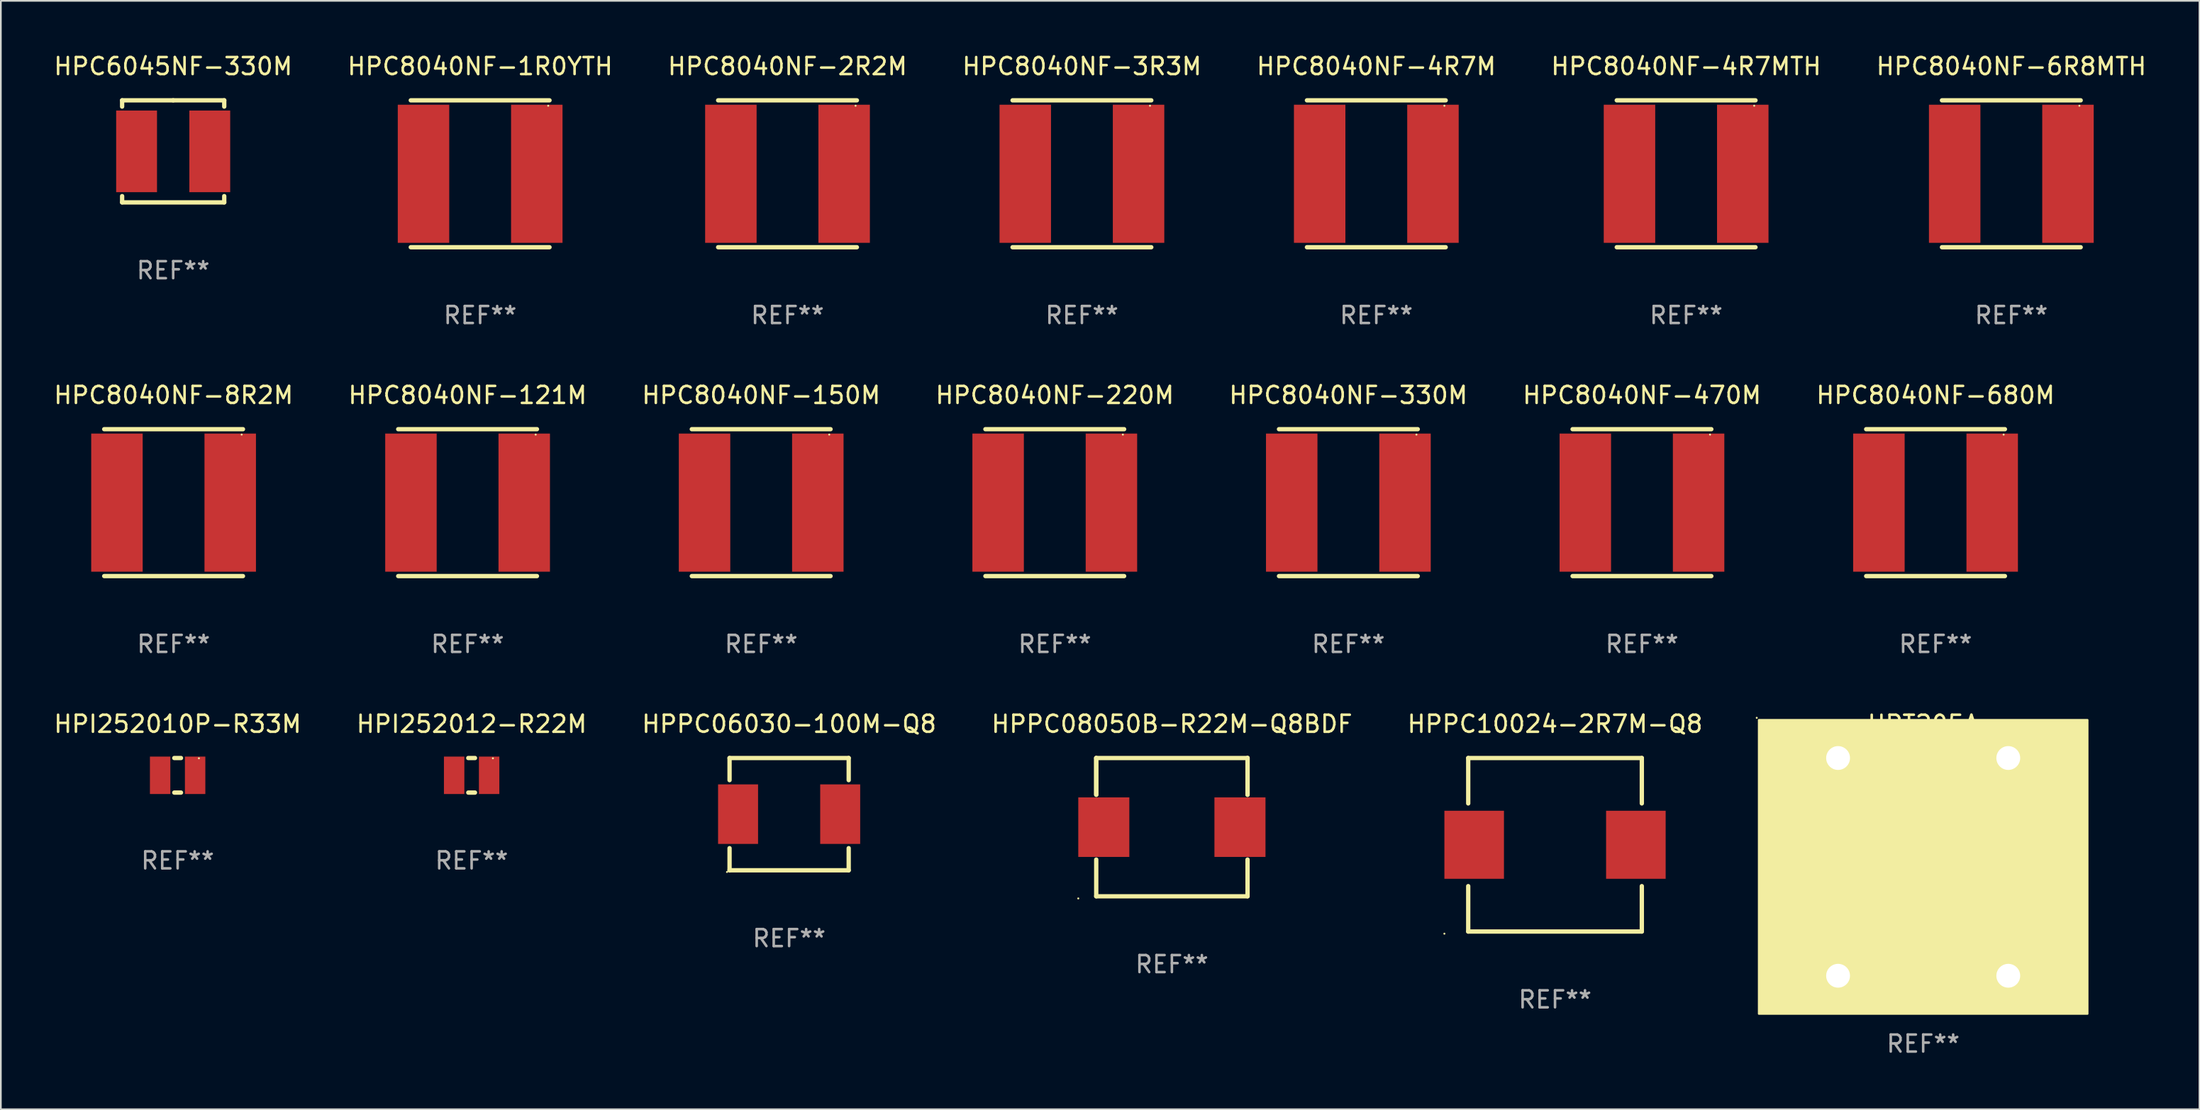
<source format=kicad_pcb>
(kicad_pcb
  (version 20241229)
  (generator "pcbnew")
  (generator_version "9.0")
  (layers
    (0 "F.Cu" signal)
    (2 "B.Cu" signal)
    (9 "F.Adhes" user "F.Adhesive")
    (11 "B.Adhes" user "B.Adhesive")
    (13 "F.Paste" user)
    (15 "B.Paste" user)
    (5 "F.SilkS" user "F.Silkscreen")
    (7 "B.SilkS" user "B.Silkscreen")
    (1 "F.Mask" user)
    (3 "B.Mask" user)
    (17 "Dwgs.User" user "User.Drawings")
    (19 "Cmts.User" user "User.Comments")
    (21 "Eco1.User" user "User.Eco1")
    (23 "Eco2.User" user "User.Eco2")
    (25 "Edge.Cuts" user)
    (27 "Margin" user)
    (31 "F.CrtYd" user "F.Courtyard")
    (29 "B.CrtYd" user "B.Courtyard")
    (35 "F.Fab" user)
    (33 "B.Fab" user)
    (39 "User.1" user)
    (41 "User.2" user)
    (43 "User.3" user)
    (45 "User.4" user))
  (footprint "HPC8040NF-4R7M"
    (layer "F.Cu")
    (at 77.815 7.166)
    (property "Reference" "HPC8040NF-4R7M" (at 0 -6.318 0) (layer "F.SilkS") (effects (font (size 1 1) (thickness 0.15))))
    (attr through_hole)
    (fp_line (start -4.076 -4.318) (end 4.076 -4.318) (stroke (width 0.254) (type solid)) (layer "F.SilkS"))
    (fp_line (start -4.076 4.318) (end 4.076 4.318) (stroke (width 0.254) (type solid)) (layer "F.SilkS"))
    (fp_circle (center 4 -4) (end 4.03 -4) (stroke (width 0.06) (type solid)) (fill no) (layer "F.SilkS"))
    (fp_text user "REF**" (at 0 8.318 0) (layer "F.Fab") (effects (font (size 1 1) (thickness 0.15))))
    (pad "1" smd rect (at 3.328 0) (size 3.024 8.12) (layers "F.Cu" "F.Mask" "F.Paste"))
    (pad "2" smd rect (at -3.328 0) (size 3.024 8.12) (layers "F.Cu" "F.Mask" "F.Paste")))
  (footprint "HPPC06030-100M-Q8"
    (layer "F.Cu")
    (at 43.315 44.813)
    (property "Reference" "HPPC06030-100M-Q8" (at 0 -5.3 0) (layer "F.SilkS") (effects (font (size 1 1) (thickness 0.15))))
    (attr through_hole)
    (fp_line (start -3.5 3.3) (end 3.5 3.3) (stroke (width 0.254) (type solid)) (layer "F.SilkS"))
    (fp_line (start -3.5 -3.3) (end -3.5 -2) (stroke (width 0.254) (type solid)) (layer "F.SilkS"))
    (fp_line (start -3.5 -3.3) (end 3.5 -3.3) (stroke (width 0.254) (type solid)) (layer "F.SilkS"))
    (fp_line (start -3.5 2) (end -3.5 3.3) (stroke (width 0.254) (type solid)) (layer "F.SilkS"))
    (fp_line (start 3.5 -3.3) (end 3.5 -2) (stroke (width 0.254) (type solid)) (layer "F.SilkS"))
    (fp_line (start 3.5 2) (end 3.5 3.3) (stroke (width 0.254) (type solid)) (layer "F.SilkS"))
    (fp_circle (center -3.65 3.4) (end -3.62 3.4) (stroke (width 0.06) (type solid)) (fill no) (layer "F.SilkS"))
    (fp_text user "REF**" (at 0 7.3 0) (layer "F.Fab") (effects (font (size 1 1) (thickness 0.15))))
    (pad "1" smd rect (at -3 0) (size 2.35 3.5) (layers "F.Cu" "F.Mask" "F.Paste"))
    (pad "2" smd rect (at 3 0) (size 2.35 3.5) (layers "F.Cu" "F.Mask" "F.Paste")))
  (footprint "HPC8040NF-150M"
    (layer "F.Cu")
    (at 41.673 26.499)
    (property "Reference" "HPC8040NF-150M" (at 0 -6.318 0) (layer "F.SilkS") (effects (font (size 1 1) (thickness 0.15))))
    (attr through_hole)
    (fp_line (start -4.076 -4.318) (end 4.076 -4.318) (stroke (width 0.254) (type solid)) (layer "F.SilkS"))
    (fp_line (start -4.076 4.318) (end 4.076 4.318) (stroke (width 0.254) (type solid)) (layer "F.SilkS"))
    (fp_circle (center 4 -4) (end 4.03 -4) (stroke (width 0.06) (type solid)) (fill no) (layer "F.SilkS"))
    (fp_text user "REF**" (at 0 8.318 0) (layer "F.Fab") (effects (font (size 1 1) (thickness 0.15))))
    (pad "1" smd rect (at 3.328 0) (size 3.024 8.12) (layers "F.Cu" "F.Mask" "F.Paste"))
    (pad "2" smd rect (at -3.328 0) (size 3.024 8.12) (layers "F.Cu" "F.Mask" "F.Paste")))
  (footprint "HPC8040NF-6R8MTH"
    (layer "F.Cu")
    (at 115.125 7.166)
    (property "Reference" "HPC8040NF-6R8MTH" (at 0 -6.318 0) (layer "F.SilkS") (effects (font (size 1 1) (thickness 0.15))))
    (attr through_hole)
    (fp_line (start -4.076 -4.318) (end 4.076 -4.318) (stroke (width 0.254) (type solid)) (layer "F.SilkS"))
    (fp_line (start -4.076 4.318) (end 4.076 4.318) (stroke (width 0.254) (type solid)) (layer "F.SilkS"))
    (fp_circle (center 4 -4) (end 4.03 -4) (stroke (width 0.06) (type solid)) (fill no) (layer "F.SilkS"))
    (fp_text user "REF**" (at 0 8.318 0) (layer "F.Fab") (effects (font (size 1 1) (thickness 0.15))))
    (pad "1" smd rect (at 3.328 0) (size 3.024 8.12) (layers "F.Cu" "F.Mask" "F.Paste"))
    (pad "2" smd rect (at -3.328 0) (size 3.024 8.12) (layers "F.Cu" "F.Mask" "F.Paste")))
  (footprint "HPC8040NF-121M"
    (layer "F.Cu")
    (at 24.423 26.499)
    (property "Reference" "HPC8040NF-121M" (at 0 -6.318 0) (layer "F.SilkS") (effects (font (size 1 1) (thickness 0.15))))
    (attr through_hole)
    (fp_line (start -4.076 -4.318) (end 4.076 -4.318) (stroke (width 0.254) (type solid)) (layer "F.SilkS"))
    (fp_line (start -4.076 4.318) (end 4.076 4.318) (stroke (width 0.254) (type solid)) (layer "F.SilkS"))
    (fp_circle (center 4 -4) (end 4.03 -4) (stroke (width 0.06) (type solid)) (fill no) (layer "F.SilkS"))
    (fp_text user "REF**" (at 0 8.318 0) (layer "F.Fab") (effects (font (size 1 1) (thickness 0.15))))
    (pad "1" smd rect (at 3.328 0) (size 3.024 8.12) (layers "F.Cu" "F.Mask" "F.Paste"))
    (pad "2" smd rect (at -3.328 0) (size 3.024 8.12) (layers "F.Cu" "F.Mask" "F.Paste")))
  (footprint "HPT205A"
    (layer "F.Cu")
    (at 109.946 47.913)
    (property "Reference" "HPT205A" (at 0 -8.4 0) (layer "F.SilkS") (effects (font (size 1 1) (thickness 0.15))))
    (attr through_hole)
    (fp_circle (center -9.779 -8.763) (end -9.749 -8.763) (stroke (width 0.06) (type solid)) (fill no) (layer "F.SilkS"))
    (fp_poly (pts (xy -9.652 -8.636) (xy 9.652 -8.636) (xy 9.652 8.636) (xy -9.652 8.636)) (stroke (width 0.12) (type solid)) (fill yes) (layer "F.SilkS"))
    (fp_text user "REF**" (at 0 10.4 0) (layer "F.Fab") (effects (font (size 1 1) (thickness 0.15))))
    (pad "1" thru_hole rect (at -5 -6.4) (size 2.5 2.5) (drill 1.4) (layers "*.Cu" "*.Mask"))
    (pad "2" thru_hole circle (at -5 6.4) (size 2.5 2.5) (drill 1.4) (layers "*.Cu" "*.Mask"))
    (pad "3" thru_hole rect (at 5 6.4) (size 2.5 2.5) (drill 1.4) (layers "*.Cu" "*.Mask"))
    (pad "4" thru_hole circle (at 5 -6.4) (size 2.5 2.5) (drill 1.4) (layers "*.Cu" "*.Mask")))
  (footprint "HPC6045NF-330M"
    (layer "F.Cu")
    (at 7.125 5.848)
    (property "Reference" "HPC6045NF-330M" (at 0 -5 0) (layer "F.SilkS") (effects (font (size 1 1) (thickness 0.15))))
    (attr through_hole)
    (fp_line (start -3 -3) (end 0 -3) (stroke (width 0.254) (type solid)) (layer "F.SilkS"))
    (fp_line (start -3 -2.631) (end -3 -3) (stroke (width 0.254) (type solid)) (layer "F.SilkS"))
    (fp_line (start -3 3) (end -3 2.631) (stroke (width 0.254) (type solid)) (layer "F.SilkS"))
    (fp_line (start 0 -3) (end 3 -3) (stroke (width 0.254) (type solid)) (layer "F.SilkS"))
    (fp_line (start 3 -3) (end 3 -2.631) (stroke (width 0.254) (type solid)) (layer "F.SilkS"))
    (fp_line (start 3 2.631) (end 3 3) (stroke (width 0.254) (type solid)) (layer "F.SilkS"))
    (fp_line (start 3 3) (end -3 3) (stroke (width 0.254) (type solid)) (layer "F.SilkS"))
    (fp_circle (center -3 3) (end -2.97 3) (stroke (width 0.06) (type solid)) (fill no) (layer "F.SilkS"))
    (fp_text user "REF**" (at 0 7 0) (layer "F.Fab") (effects (font (size 1 1) (thickness 0.15))))
    (pad "1" smd rect (at -2.15 0) (size 2.4 4.8) (layers "F.Cu" "F.Mask" "F.Paste"))
    (pad "2" smd rect (at 2.15 0) (size 2.4 4.8) (layers "F.Cu" "F.Mask" "F.Paste")))
  (footprint "HPC8040NF-2R2M"
    (layer "F.Cu")
    (at 43.22 7.166)
    (property "Reference" "HPC8040NF-2R2M" (at 0 -6.318 0) (layer "F.SilkS") (effects (font (size 1 1) (thickness 0.15))))
    (attr through_hole)
    (fp_line (start -4.076 -4.318) (end 4.076 -4.318) (stroke (width 0.254) (type solid)) (layer "F.SilkS"))
    (fp_line (start -4.076 4.318) (end 4.076 4.318) (stroke (width 0.254) (type solid)) (layer "F.SilkS"))
    (fp_circle (center 4 -4) (end 4.03 -4) (stroke (width 0.06) (type solid)) (fill no) (layer "F.SilkS"))
    (fp_text user "REF**" (at 0 8.318 0) (layer "F.Fab") (effects (font (size 1 1) (thickness 0.15))))
    (pad "1" smd rect (at 3.328 0) (size 3.024 8.12) (layers "F.Cu" "F.Mask" "F.Paste"))
    (pad "2" smd rect (at -3.328 0) (size 3.024 8.12) (layers "F.Cu" "F.Mask" "F.Paste")))
  (footprint "HPPC08050B-R22M-Q8BDF"
    (layer "F.Cu")
    (at 65.804 45.577)
    (property "Reference" "HPPC08050B-R22M-Q8BDF" (at 0 -6.064 0) (layer "F.SilkS") (effects (font (size 1 1) (thickness 0.15))))
    (attr through_hole)
    (fp_line (start -4.445 -4.064) (end -4.445 -1.905) (stroke (width 0.254) (type solid)) (layer "F.SilkS"))
    (fp_line (start -4.445 -4.064) (end 4.445 -4.064) (stroke (width 0.254) (type solid)) (layer "F.SilkS"))
    (fp_line (start -4.445 -1.905) (end -4.445 -4.064) (stroke (width 0.254) (type solid)) (layer "F.SilkS"))
    (fp_line (start -4.445 1.905) (end -4.445 4.064) (stroke (width 0.254) (type solid)) (layer "F.SilkS"))
    (fp_line (start -4.445 4.064) (end 4.445 4.064) (stroke (width 0.254) (type solid)) (layer "F.SilkS"))
    (fp_line (start 4.445 -4.064) (end 4.445 -1.905) (stroke (width 0.254) (type solid)) (layer "F.SilkS"))
    (fp_line (start 4.445 -1.905) (end 4.445 -4.064) (stroke (width 0.254) (type solid)) (layer "F.SilkS"))
    (fp_line (start 4.445 4.064) (end 4.445 1.905) (stroke (width 0.254) (type solid)) (layer "F.SilkS"))
    (fp_circle (center -5.5 4.191) (end -5.47 4.191) (stroke (width 0.06) (type solid)) (fill no) (layer "F.SilkS"))
    (fp_text user "REF**" (at 0 8.064 0) (layer "F.Fab") (effects (font (size 1 1) (thickness 0.15))))
    (pad "1" smd rect (at -4 0) (size 3 3.5) (layers "F.Cu" "F.Mask" "F.Paste"))
    (pad "2" smd rect (at 4 0) (size 3 3.5) (layers "F.Cu" "F.Mask" "F.Paste")))
  (footprint "HPC8040NF-4R7MTH"
    (layer "F.Cu")
    (at 96.018 7.166)
    (property "Reference" "HPC8040NF-4R7MTH" (at 0 -6.318 0) (layer "F.SilkS") (effects (font (size 1 1) (thickness 0.15))))
    (attr through_hole)
    (fp_line (start -4.076 -4.318) (end 4.076 -4.318) (stroke (width 0.254) (type solid)) (layer "F.SilkS"))
    (fp_line (start -4.076 4.318) (end 4.076 4.318) (stroke (width 0.254) (type solid)) (layer "F.SilkS"))
    (fp_circle (center 4 -4) (end 4.03 -4) (stroke (width 0.06) (type solid)) (fill no) (layer "F.SilkS"))
    (fp_text user "REF**" (at 0 8.318 0) (layer "F.Fab") (effects (font (size 1 1) (thickness 0.15))))
    (pad "1" smd rect (at 3.328 0) (size 3.024 8.12) (layers "F.Cu" "F.Mask" "F.Paste"))
    (pad "2" smd rect (at -3.328 0) (size 3.024 8.12) (layers "F.Cu" "F.Mask" "F.Paste")))
  (footprint "HPC8040NF-220M"
    (layer "F.Cu")
    (at 58.923 26.499)
    (property "Reference" "HPC8040NF-220M" (at 0 -6.318 0) (layer "F.SilkS") (effects (font (size 1 1) (thickness 0.15))))
    (attr through_hole)
    (fp_line (start -4.076 -4.318) (end 4.076 -4.318) (stroke (width 0.254) (type solid)) (layer "F.SilkS"))
    (fp_line (start -4.076 4.318) (end 4.076 4.318) (stroke (width 0.254) (type solid)) (layer "F.SilkS"))
    (fp_circle (center 4 -4) (end 4.03 -4) (stroke (width 0.06) (type solid)) (fill no) (layer "F.SilkS"))
    (fp_text user "REF**" (at 0 8.318 0) (layer "F.Fab") (effects (font (size 1 1) (thickness 0.15))))
    (pad "1" smd rect (at 3.328 0) (size 3.024 8.12) (layers "F.Cu" "F.Mask" "F.Paste"))
    (pad "2" smd rect (at -3.328 0) (size 3.024 8.12) (layers "F.Cu" "F.Mask" "F.Paste")))
  (footprint "HPI252012-R22M"
    (layer "F.Cu")
    (at 24.661 42.529)
    (property "Reference" "HPI252012-R22M" (at 0 -3.016 0) (layer "F.SilkS") (effects (font (size 1 1) (thickness 0.15))))
    (attr through_hole)
    (fp_line (start -0.197 1.016) (end 0.197 1.016) (stroke (width 0.254) (type solid)) (layer "F.SilkS"))
    (fp_line (start 0.197 -1.016) (end -0.197 -1.016) (stroke (width 0.254) (type solid)) (layer "F.SilkS"))
    (fp_circle (center 1.25 -1) (end 1.28 -1) (stroke (width 0.06) (type solid)) (fill no) (layer "F.SilkS"))
    (fp_text user "REF**" (at 0 5.016 0) (layer "F.Fab") (effects (font (size 1 1) (thickness 0.15))))
    (pad "1" smd rect (at 1.028 0) (size 1.2 2.2) (layers "F.Cu" "F.Mask" "F.Paste"))
    (pad "2" smd rect (at -1.028 0) (size 1.2 2.2) (layers "F.Cu" "F.Mask" "F.Paste")))
  (footprint "HPC8040NF-680M"
    (layer "F.Cu")
    (at 110.673 26.499)
    (property "Reference" "HPC8040NF-680M" (at 0 -6.318 0) (layer "F.SilkS") (effects (font (size 1 1) (thickness 0.15))))
    (attr through_hole)
    (fp_line (start -4.076 -4.318) (end 4.076 -4.318) (stroke (width 0.254) (type solid)) (layer "F.SilkS"))
    (fp_line (start -4.076 4.318) (end 4.076 4.318) (stroke (width 0.254) (type solid)) (layer "F.SilkS"))
    (fp_circle (center 4 -4) (end 4.03 -4) (stroke (width 0.06) (type solid)) (fill no) (layer "F.SilkS"))
    (fp_text user "REF**" (at 0 8.318 0) (layer "F.Fab") (effects (font (size 1 1) (thickness 0.15))))
    (pad "1" smd rect (at 3.328 0) (size 3.024 8.12) (layers "F.Cu" "F.Mask" "F.Paste"))
    (pad "2" smd rect (at -3.328 0) (size 3.024 8.12) (layers "F.Cu" "F.Mask" "F.Paste")))
  (footprint "HPI252010P-R33M"
    (layer "F.Cu")
    (at 7.387 42.529)
    (property "Reference" "HPI252010P-R33M" (at 0 -3.016 0) (layer "F.SilkS") (effects (font (size 1 1) (thickness 0.15))))
    (attr through_hole)
    (fp_line (start -0.197 1.016) (end 0.197 1.016) (stroke (width 0.254) (type solid)) (layer "F.SilkS"))
    (fp_line (start 0.197 -1.016) (end -0.197 -1.016) (stroke (width 0.254) (type solid)) (layer "F.SilkS"))
    (fp_circle (center 1.25 -1) (end 1.28 -1) (stroke (width 0.06) (type solid)) (fill no) (layer "F.SilkS"))
    (fp_text user "REF**" (at 0 5.016 0) (layer "F.Fab") (effects (font (size 1 1) (thickness 0.15))))
    (pad "1" smd rect (at 1.028 0) (size 1.2 2.2) (layers "F.Cu" "F.Mask" "F.Paste"))
    (pad "2" smd rect (at -1.028 0) (size 1.2 2.2) (layers "F.Cu" "F.Mask" "F.Paste")))
  (footprint "HPC8040NF-3R3M"
    (layer "F.Cu")
    (at 60.518 7.166)
    (property "Reference" "HPC8040NF-3R3M" (at 0 -6.318 0) (layer "F.SilkS") (effects (font (size 1 1) (thickness 0.15))))
    (attr through_hole)
    (fp_line (start -4.076 -4.318) (end 4.076 -4.318) (stroke (width 0.254) (type solid)) (layer "F.SilkS"))
    (fp_line (start -4.076 4.318) (end 4.076 4.318) (stroke (width 0.254) (type solid)) (layer "F.SilkS"))
    (fp_circle (center 4 -4) (end 4.03 -4) (stroke (width 0.06) (type solid)) (fill no) (layer "F.SilkS"))
    (fp_text user "REF**" (at 0 8.318 0) (layer "F.Fab") (effects (font (size 1 1) (thickness 0.15))))
    (pad "1" smd rect (at 3.328 0) (size 3.024 8.12) (layers "F.Cu" "F.Mask" "F.Paste"))
    (pad "2" smd rect (at -3.328 0) (size 3.024 8.12) (layers "F.Cu" "F.Mask" "F.Paste")))
  (footprint "HPC8040NF-470M"
    (layer "F.Cu")
    (at 93.423 26.499)
    (property "Reference" "HPC8040NF-470M" (at 0 -6.318 0) (layer "F.SilkS") (effects (font (size 1 1) (thickness 0.15))))
    (attr through_hole)
    (fp_line (start -4.076 -4.318) (end 4.076 -4.318) (stroke (width 0.254) (type solid)) (layer "F.SilkS"))
    (fp_line (start -4.076 4.318) (end 4.076 4.318) (stroke (width 0.254) (type solid)) (layer "F.SilkS"))
    (fp_circle (center 4 -4) (end 4.03 -4) (stroke (width 0.06) (type solid)) (fill no) (layer "F.SilkS"))
    (fp_text user "REF**" (at 0 8.318 0) (layer "F.Fab") (effects (font (size 1 1) (thickness 0.15))))
    (pad "1" smd rect (at 3.328 0) (size 3.024 8.12) (layers "F.Cu" "F.Mask" "F.Paste"))
    (pad "2" smd rect (at -3.328 0) (size 3.024 8.12) (layers "F.Cu" "F.Mask" "F.Paste")))
  (footprint "HPC8040NF-330M"
    (layer "F.Cu")
    (at 76.173 26.499)
    (property "Reference" "HPC8040NF-330M" (at 0 -6.318 0) (layer "F.SilkS") (effects (font (size 1 1) (thickness 0.15))))
    (attr through_hole)
    (fp_line (start -4.076 -4.318) (end 4.076 -4.318) (stroke (width 0.254) (type solid)) (layer "F.SilkS"))
    (fp_line (start -4.076 4.318) (end 4.076 4.318) (stroke (width 0.254) (type solid)) (layer "F.SilkS"))
    (fp_circle (center 4 -4) (end 4.03 -4) (stroke (width 0.06) (type solid)) (fill no) (layer "F.SilkS"))
    (fp_text user "REF**" (at 0 8.318 0) (layer "F.Fab") (effects (font (size 1 1) (thickness 0.15))))
    (pad "1" smd rect (at 3.328 0) (size 3.024 8.12) (layers "F.Cu" "F.Mask" "F.Paste"))
    (pad "2" smd rect (at -3.328 0) (size 3.024 8.12) (layers "F.Cu" "F.Mask" "F.Paste")))
  (footprint "HPPC10024-2R7M-Q8"
    (layer "F.Cu")
    (at 88.315 46.613)
    (property "Reference" "HPPC10024-2R7M-Q8" (at 0 -7.1 0) (layer "F.SilkS") (effects (font (size 1 1) (thickness 0.15))))
    (attr through_hole)
    (fp_line (start -5.1 -5.1) (end 5.1 -5.1) (stroke (width 0.254) (type solid)) (layer "F.SilkS"))
    (fp_line (start -5.1 -2.431) (end -5.1 -5.1) (stroke (width 0.254) (type solid)) (layer "F.SilkS"))
    (fp_line (start -5.1 5.1) (end -5.1 2.431) (stroke (width 0.254) (type solid)) (layer "F.SilkS"))
    (fp_line (start -5.1 5.1) (end 5.1 5.1) (stroke (width 0.254) (type solid)) (layer "F.SilkS"))
    (fp_line (start 5.1 -2.431) (end 5.1 -5.1) (stroke (width 0.254) (type solid)) (layer "F.SilkS"))
    (fp_line (start 5.1 5.1) (end 5.1 2.431) (stroke (width 0.254) (type solid)) (layer "F.SilkS"))
    (fp_circle (center -6.5 5.227) (end -6.47 5.227) (stroke (width 0.06) (type solid)) (fill no) (layer "F.SilkS"))
    (fp_text user "REF**" (at 0 9.1 0) (layer "F.Fab") (effects (font (size 1 1) (thickness 0.15))))
    (pad "1" smd rect (at -4.75 0 180) (size 3.5 4) (layers "F.Cu" "F.Mask" "F.Paste"))
    (pad "2" smd rect (at 4.75 0 180) (size 3.5 4) (layers "F.Cu" "F.Mask" "F.Paste")))
  (footprint "HPC8040NF-1R0YTH"
    (layer "F.Cu")
    (at 25.161 7.166)
    (property "Reference" "HPC8040NF-1R0YTH" (at 0 -6.318 0) (layer "F.SilkS") (effects (font (size 1 1) (thickness 0.15))))
    (attr through_hole)
    (fp_line (start -4.076 -4.318) (end 4.076 -4.318) (stroke (width 0.254) (type solid)) (layer "F.SilkS"))
    (fp_line (start -4.076 4.318) (end 4.076 4.318) (stroke (width 0.254) (type solid)) (layer "F.SilkS"))
    (fp_circle (center 4 -4) (end 4.03 -4) (stroke (width 0.06) (type solid)) (fill no) (layer "F.SilkS"))
    (fp_text user "REF**" (at 0 8.318 0) (layer "F.Fab") (effects (font (size 1 1) (thickness 0.15))))
    (pad "1" smd rect (at 3.328 0) (size 3.024 8.12) (layers "F.Cu" "F.Mask" "F.Paste"))
    (pad "2" smd rect (at -3.328 0) (size 3.024 8.12) (layers "F.Cu" "F.Mask" "F.Paste")))
  (footprint "HPC8040NF-8R2M"
    (layer "F.Cu")
    (at 7.149 26.499)
    (property "Reference" "HPC8040NF-8R2M" (at 0 -6.318 0) (layer "F.SilkS") (effects (font (size 1 1) (thickness 0.15))))
    (attr through_hole)
    (fp_line (start -4.076 -4.318) (end 4.076 -4.318) (stroke (width 0.254) (type solid)) (layer "F.SilkS"))
    (fp_line (start -4.076 4.318) (end 4.076 4.318) (stroke (width 0.254) (type solid)) (layer "F.SilkS"))
    (fp_circle (center 4 -4) (end 4.03 -4) (stroke (width 0.06) (type solid)) (fill no) (layer "F.SilkS"))
    (fp_text user "REF**" (at 0 8.318 0) (layer "F.Fab") (effects (font (size 1 1) (thickness 0.15))))
    (pad "1" smd rect (at 3.328 0) (size 3.024 8.12) (layers "F.Cu" "F.Mask" "F.Paste"))
    (pad "2" smd rect (at -3.328 0) (size 3.024 8.12) (layers "F.Cu" "F.Mask" "F.Paste")))
  (gr_rect
    (start -3 -3)
    (end 126.179 62.162)
    (stroke (width 0.1) (type default))
    (fill no)
    (layer "Edge.Cuts")))
</source>
